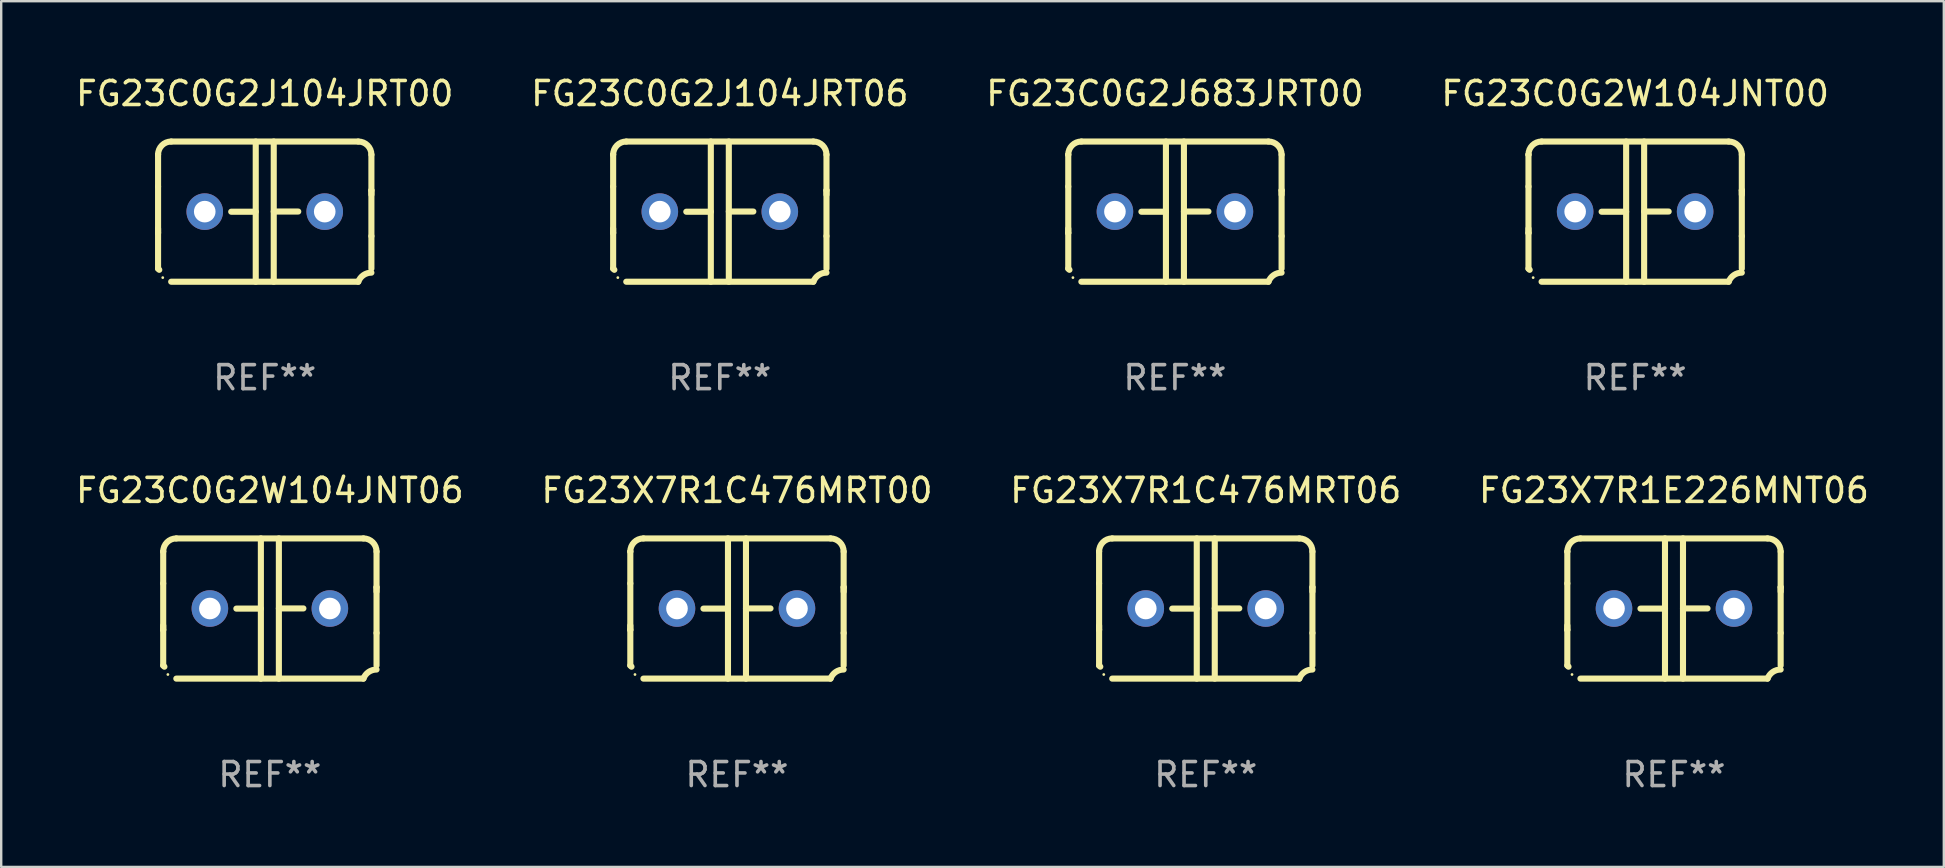
<source format=kicad_pcb>
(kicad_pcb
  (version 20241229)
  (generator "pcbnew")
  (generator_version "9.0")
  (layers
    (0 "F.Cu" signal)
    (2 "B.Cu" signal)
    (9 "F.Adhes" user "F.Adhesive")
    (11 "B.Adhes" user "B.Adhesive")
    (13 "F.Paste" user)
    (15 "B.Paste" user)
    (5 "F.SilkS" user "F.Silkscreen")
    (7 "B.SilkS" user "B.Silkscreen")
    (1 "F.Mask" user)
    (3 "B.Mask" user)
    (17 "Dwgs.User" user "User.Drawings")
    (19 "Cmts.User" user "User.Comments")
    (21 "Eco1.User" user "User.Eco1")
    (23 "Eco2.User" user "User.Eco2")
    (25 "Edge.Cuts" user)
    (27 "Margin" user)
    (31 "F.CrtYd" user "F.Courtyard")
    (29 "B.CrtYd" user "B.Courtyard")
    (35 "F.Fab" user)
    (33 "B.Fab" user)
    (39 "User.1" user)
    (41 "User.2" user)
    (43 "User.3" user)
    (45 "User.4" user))
  (footprint "FG23C0G2J683JRT00"
    (layer "F.Cu")
    (at 45.911 5.769)
    (property "Reference" "FG23C0G2J683JRT00" (at 0 -4.921 0) (layer "F.SilkS") (effects (font (size 1 1) (thickness 0.15))))
    (attr through_hole)
    (fp_line (start -4.445 2.375) (end -4.445 0.889) (stroke (width 0.254) (type solid)) (layer "F.SilkS"))
    (fp_line (start -4.445 -2.375) (end -4.445 -2.375) (stroke (width 0.254) (type solid)) (layer "F.SilkS"))
    (fp_line (start -4.445 -1.045) (end -4.445 -2.375) (stroke (width 0.254) (type solid)) (layer "F.SilkS"))
    (fp_line (start -4.445 -1.045) (end -4.445 0.889) (stroke (width 0.254) (type solid)) (layer "F.SilkS"))
    (fp_line (start -4.445 0.889) (end -4.445 0.708) (stroke (width 0.254) (type solid)) (layer "F.SilkS"))
    (fp_line (start -3.899 -2.921) (end 3.899 -2.921) (stroke (width 0.254) (type solid)) (layer "F.SilkS"))
    (fp_line (start -0.375 0.004) (end -1.397 0.004) (stroke (width 0.254) (type solid)) (layer "F.SilkS"))
    (fp_line (start -0.375 2.921) (end -0.375 -2.921) (stroke (width 0.254) (type solid)) (layer "F.SilkS"))
    (fp_line (start 0.375 -2.921) (end 0.375 2.921) (stroke (width 0.254) (type solid)) (layer "F.SilkS"))
    (fp_line (start 0.375 -0.004) (end 1.397 -0.004) (stroke (width 0.254) (type solid)) (layer "F.SilkS"))
    (fp_line (start 3.899 2.921) (end -3.899 2.921) (stroke (width 0.254) (type solid)) (layer "F.SilkS"))
    (fp_line (start 4.445 -0.889) (end 4.445 -0.708) (stroke (width 0.254) (type solid)) (layer "F.SilkS"))
    (fp_line (start 4.445 -0.889) (end 4.445 1.02) (stroke (width 0.254) (type solid)) (layer "F.SilkS"))
    (fp_line (start 4.445 1.02) (end 4.445 2.375) (stroke (width 0.254) (type solid)) (layer "F.SilkS"))
    (fp_line (start 4.445 -2.375) (end 4.445 -0.889) (stroke (width 0.254) (type solid)) (layer "F.SilkS"))
    (fp_arc (start -4.445034 -2.374778) (mid -4.285049 -2.761028) (end -3.898806 -2.921031) (stroke (width 0.254001) (type solid)) (layer "F.SilkS"))
    (fp_arc (start -4.445034 2.374803) (mid -4.4201 2.399713) (end -4.395166 2.424624) (stroke (width 0.254001) (type solid)) (layer "F.SilkS"))
    (fp_arc (start 3.898781 -2.921031) (mid 4.285035 -2.76105) (end 4.445034 -2.374803) (stroke (width 0.254001) (type solid)) (layer "F.SilkS"))
    (fp_arc (start 3.898806 2.921031) (mid 4.112864 2.64665) (end 4.445037 2.542888) (stroke (width 0.254001) (type solid)) (layer "F.SilkS"))
    (fp_circle (center -4.25 2.75) (end -4.22 2.75) (stroke (width 0.06) (type solid)) (fill no) (layer "F.SilkS"))
    (fp_text user "REF**" (at 0 6.921 0) (layer "F.Fab") (effects (font (size 1 1) (thickness 0.15))))
    (pad "1" thru_hole circle (at -2.5 0) (size 1.524 1.524) (drill 0.9) (layers "*.Cu" "*.Mask"))
    (pad "2" thru_hole circle (at 2.5 0) (size 1.524 1.524) (drill 0.9) (layers "*.Cu" "*.Mask")))
  (footprint "FG23X7R1E226MNT06"
    (layer "F.Cu")
    (at 66.708 22.308)
    (property "Reference" "FG23X7R1E226MNT06" (at 0 -4.921 0) (layer "F.SilkS") (effects (font (size 1 1) (thickness 0.15))))
    (attr through_hole)
    (fp_line (start -4.445 2.375) (end -4.445 0.889) (stroke (width 0.254) (type solid)) (layer "F.SilkS"))
    (fp_line (start -4.445 -2.375) (end -4.445 -2.375) (stroke (width 0.254) (type solid)) (layer "F.SilkS"))
    (fp_line (start -4.445 -1.045) (end -4.445 -2.375) (stroke (width 0.254) (type solid)) (layer "F.SilkS"))
    (fp_line (start -4.445 -1.045) (end -4.445 0.889) (stroke (width 0.254) (type solid)) (layer "F.SilkS"))
    (fp_line (start -4.445 0.889) (end -4.445 0.708) (stroke (width 0.254) (type solid)) (layer "F.SilkS"))
    (fp_line (start -3.899 -2.921) (end 3.899 -2.921) (stroke (width 0.254) (type solid)) (layer "F.SilkS"))
    (fp_line (start -0.375 0.004) (end -1.397 0.004) (stroke (width 0.254) (type solid)) (layer "F.SilkS"))
    (fp_line (start -0.375 2.921) (end -0.375 -2.921) (stroke (width 0.254) (type solid)) (layer "F.SilkS"))
    (fp_line (start 0.375 -2.921) (end 0.375 2.921) (stroke (width 0.254) (type solid)) (layer "F.SilkS"))
    (fp_line (start 0.375 -0.004) (end 1.397 -0.004) (stroke (width 0.254) (type solid)) (layer "F.SilkS"))
    (fp_line (start 3.899 2.921) (end -3.899 2.921) (stroke (width 0.254) (type solid)) (layer "F.SilkS"))
    (fp_line (start 4.445 -0.889) (end 4.445 -0.708) (stroke (width 0.254) (type solid)) (layer "F.SilkS"))
    (fp_line (start 4.445 -0.889) (end 4.445 1.02) (stroke (width 0.254) (type solid)) (layer "F.SilkS"))
    (fp_line (start 4.445 1.02) (end 4.445 2.375) (stroke (width 0.254) (type solid)) (layer "F.SilkS"))
    (fp_line (start 4.445 -2.375) (end 4.445 -0.889) (stroke (width 0.254) (type solid)) (layer "F.SilkS"))
    (fp_arc (start -4.445034 -2.374778) (mid -4.285049 -2.761028) (end -3.898806 -2.921031) (stroke (width 0.254001) (type solid)) (layer "F.SilkS"))
    (fp_arc (start -4.445034 2.374803) (mid -4.4201 2.399713) (end -4.395166 2.424624) (stroke (width 0.254001) (type solid)) (layer "F.SilkS"))
    (fp_arc (start 3.898781 -2.921031) (mid 4.285035 -2.76105) (end 4.445034 -2.374803) (stroke (width 0.254001) (type solid)) (layer "F.SilkS"))
    (fp_arc (start 3.898806 2.921031) (mid 4.112864 2.64665) (end 4.445037 2.542888) (stroke (width 0.254001) (type solid)) (layer "F.SilkS"))
    (fp_circle (center -4.25 2.75) (end -4.22 2.75) (stroke (width 0.06) (type solid)) (fill no) (layer "F.SilkS"))
    (fp_text user "REF**" (at 0 6.921 0) (layer "F.Fab") (effects (font (size 1 1) (thickness 0.15))))
    (pad "1" thru_hole circle (at -2.5 0) (size 1.524 1.524) (drill 0.9) (layers "*.Cu" "*.Mask"))
    (pad "2" thru_hole circle (at 2.5 0) (size 1.524 1.524) (drill 0.9) (layers "*.Cu" "*.Mask")))
  (footprint "FG23X7R1C476MRT00"
    (layer "F.Cu")
    (at 27.661 22.308)
    (property "Reference" "FG23X7R1C476MRT00" (at 0 -4.921 0) (layer "F.SilkS") (effects (font (size 1 1) (thickness 0.15))))
    (attr through_hole)
    (fp_line (start -4.445 2.375) (end -4.445 0.889) (stroke (width 0.254) (type solid)) (layer "F.SilkS"))
    (fp_line (start -4.445 -2.375) (end -4.445 -2.375) (stroke (width 0.254) (type solid)) (layer "F.SilkS"))
    (fp_line (start -4.445 -1.045) (end -4.445 -2.375) (stroke (width 0.254) (type solid)) (layer "F.SilkS"))
    (fp_line (start -4.445 -1.045) (end -4.445 0.889) (stroke (width 0.254) (type solid)) (layer "F.SilkS"))
    (fp_line (start -4.445 0.889) (end -4.445 0.708) (stroke (width 0.254) (type solid)) (layer "F.SilkS"))
    (fp_line (start -3.899 -2.921) (end 3.899 -2.921) (stroke (width 0.254) (type solid)) (layer "F.SilkS"))
    (fp_line (start -0.375 0.004) (end -1.397 0.004) (stroke (width 0.254) (type solid)) (layer "F.SilkS"))
    (fp_line (start -0.375 2.921) (end -0.375 -2.921) (stroke (width 0.254) (type solid)) (layer "F.SilkS"))
    (fp_line (start 0.375 -2.921) (end 0.375 2.921) (stroke (width 0.254) (type solid)) (layer "F.SilkS"))
    (fp_line (start 0.375 -0.004) (end 1.397 -0.004) (stroke (width 0.254) (type solid)) (layer "F.SilkS"))
    (fp_line (start 3.899 2.921) (end -3.899 2.921) (stroke (width 0.254) (type solid)) (layer "F.SilkS"))
    (fp_line (start 4.445 -0.889) (end 4.445 -0.708) (stroke (width 0.254) (type solid)) (layer "F.SilkS"))
    (fp_line (start 4.445 -0.889) (end 4.445 1.02) (stroke (width 0.254) (type solid)) (layer "F.SilkS"))
    (fp_line (start 4.445 1.02) (end 4.445 2.375) (stroke (width 0.254) (type solid)) (layer "F.SilkS"))
    (fp_line (start 4.445 -2.375) (end 4.445 -0.889) (stroke (width 0.254) (type solid)) (layer "F.SilkS"))
    (fp_arc (start -4.445034 -2.374778) (mid -4.285049 -2.761028) (end -3.898806 -2.921031) (stroke (width 0.254001) (type solid)) (layer "F.SilkS"))
    (fp_arc (start -4.445034 2.374803) (mid -4.4201 2.399713) (end -4.395166 2.424624) (stroke (width 0.254001) (type solid)) (layer "F.SilkS"))
    (fp_arc (start 3.898781 -2.921031) (mid 4.285035 -2.76105) (end 4.445034 -2.374803) (stroke (width 0.254001) (type solid)) (layer "F.SilkS"))
    (fp_arc (start 3.898806 2.921031) (mid 4.112864 2.64665) (end 4.445037 2.542888) (stroke (width 0.254001) (type solid)) (layer "F.SilkS"))
    (fp_circle (center -4.25 2.75) (end -4.22 2.75) (stroke (width 0.06) (type solid)) (fill no) (layer "F.SilkS"))
    (fp_text user "REF**" (at 0 6.921 0) (layer "F.Fab") (effects (font (size 1 1) (thickness 0.15))))
    (pad "1" thru_hole circle (at -2.5 0) (size 1.524 1.524) (drill 0.9) (layers "*.Cu" "*.Mask"))
    (pad "2" thru_hole circle (at 2.5 0) (size 1.524 1.524) (drill 0.9) (layers "*.Cu" "*.Mask")))
  (footprint "FG23C0G2W104JNT00"
    (layer "F.Cu")
    (at 65.089 5.769)
    (property "Reference" "FG23C0G2W104JNT00" (at 0 -4.921 0) (layer "F.SilkS") (effects (font (size 1 1) (thickness 0.15))))
    (attr through_hole)
    (fp_line (start -4.445 2.375) (end -4.445 0.889) (stroke (width 0.254) (type solid)) (layer "F.SilkS"))
    (fp_line (start -4.445 -2.375) (end -4.445 -2.375) (stroke (width 0.254) (type solid)) (layer "F.SilkS"))
    (fp_line (start -4.445 -1.045) (end -4.445 -2.375) (stroke (width 0.254) (type solid)) (layer "F.SilkS"))
    (fp_line (start -4.445 -1.045) (end -4.445 0.889) (stroke (width 0.254) (type solid)) (layer "F.SilkS"))
    (fp_line (start -4.445 0.889) (end -4.445 0.708) (stroke (width 0.254) (type solid)) (layer "F.SilkS"))
    (fp_line (start -3.899 -2.921) (end 3.899 -2.921) (stroke (width 0.254) (type solid)) (layer "F.SilkS"))
    (fp_line (start -0.375 0.004) (end -1.397 0.004) (stroke (width 0.254) (type solid)) (layer "F.SilkS"))
    (fp_line (start -0.375 2.921) (end -0.375 -2.921) (stroke (width 0.254) (type solid)) (layer "F.SilkS"))
    (fp_line (start 0.375 -2.921) (end 0.375 2.921) (stroke (width 0.254) (type solid)) (layer "F.SilkS"))
    (fp_line (start 0.375 -0.004) (end 1.397 -0.004) (stroke (width 0.254) (type solid)) (layer "F.SilkS"))
    (fp_line (start 3.899 2.921) (end -3.899 2.921) (stroke (width 0.254) (type solid)) (layer "F.SilkS"))
    (fp_line (start 4.445 -0.889) (end 4.445 -0.708) (stroke (width 0.254) (type solid)) (layer "F.SilkS"))
    (fp_line (start 4.445 -0.889) (end 4.445 1.02) (stroke (width 0.254) (type solid)) (layer "F.SilkS"))
    (fp_line (start 4.445 1.02) (end 4.445 2.375) (stroke (width 0.254) (type solid)) (layer "F.SilkS"))
    (fp_line (start 4.445 -2.375) (end 4.445 -0.889) (stroke (width 0.254) (type solid)) (layer "F.SilkS"))
    (fp_arc (start -4.445034 -2.374778) (mid -4.285049 -2.761028) (end -3.898806 -2.921031) (stroke (width 0.254001) (type solid)) (layer "F.SilkS"))
    (fp_arc (start -4.445034 2.374803) (mid -4.4201 2.399713) (end -4.395166 2.424624) (stroke (width 0.254001) (type solid)) (layer "F.SilkS"))
    (fp_arc (start 3.898781 -2.921031) (mid 4.285035 -2.76105) (end 4.445034 -2.374803) (stroke (width 0.254001) (type solid)) (layer "F.SilkS"))
    (fp_arc (start 3.898806 2.921031) (mid 4.112864 2.64665) (end 4.445037 2.542888) (stroke (width 0.254001) (type solid)) (layer "F.SilkS"))
    (fp_circle (center -4.25 2.75) (end -4.22 2.75) (stroke (width 0.06) (type solid)) (fill no) (layer "F.SilkS"))
    (fp_text user "REF**" (at 0 6.921 0) (layer "F.Fab") (effects (font (size 1 1) (thickness 0.15))))
    (pad "1" thru_hole circle (at -2.5 0) (size 1.524 1.524) (drill 0.9) (layers "*.Cu" "*.Mask"))
    (pad "2" thru_hole circle (at 2.5 0) (size 1.524 1.524) (drill 0.9) (layers "*.Cu" "*.Mask")))
  (footprint "FG23C0G2W104JNT06"
    (layer "F.Cu")
    (at 8.196 22.308)
    (property "Reference" "FG23C0G2W104JNT06" (at 0 -4.921 0) (layer "F.SilkS") (effects (font (size 1 1) (thickness 0.15))))
    (attr through_hole)
    (fp_line (start -4.445 2.375) (end -4.445 0.889) (stroke (width 0.254) (type solid)) (layer "F.SilkS"))
    (fp_line (start -4.445 -2.375) (end -4.445 -2.375) (stroke (width 0.254) (type solid)) (layer "F.SilkS"))
    (fp_line (start -4.445 -1.045) (end -4.445 -2.375) (stroke (width 0.254) (type solid)) (layer "F.SilkS"))
    (fp_line (start -4.445 -1.045) (end -4.445 0.889) (stroke (width 0.254) (type solid)) (layer "F.SilkS"))
    (fp_line (start -4.445 0.889) (end -4.445 0.708) (stroke (width 0.254) (type solid)) (layer "F.SilkS"))
    (fp_line (start -3.899 -2.921) (end 3.899 -2.921) (stroke (width 0.254) (type solid)) (layer "F.SilkS"))
    (fp_line (start -0.375 0.004) (end -1.397 0.004) (stroke (width 0.254) (type solid)) (layer "F.SilkS"))
    (fp_line (start -0.375 2.921) (end -0.375 -2.921) (stroke (width 0.254) (type solid)) (layer "F.SilkS"))
    (fp_line (start 0.375 -2.921) (end 0.375 2.921) (stroke (width 0.254) (type solid)) (layer "F.SilkS"))
    (fp_line (start 0.375 -0.004) (end 1.397 -0.004) (stroke (width 0.254) (type solid)) (layer "F.SilkS"))
    (fp_line (start 3.899 2.921) (end -3.899 2.921) (stroke (width 0.254) (type solid)) (layer "F.SilkS"))
    (fp_line (start 4.445 -0.889) (end 4.445 -0.708) (stroke (width 0.254) (type solid)) (layer "F.SilkS"))
    (fp_line (start 4.445 -0.889) (end 4.445 1.02) (stroke (width 0.254) (type solid)) (layer "F.SilkS"))
    (fp_line (start 4.445 1.02) (end 4.445 2.375) (stroke (width 0.254) (type solid)) (layer "F.SilkS"))
    (fp_line (start 4.445 -2.375) (end 4.445 -0.889) (stroke (width 0.254) (type solid)) (layer "F.SilkS"))
    (fp_arc (start -4.445034 -2.374778) (mid -4.285049 -2.761028) (end -3.898806 -2.921031) (stroke (width 0.254001) (type solid)) (layer "F.SilkS"))
    (fp_arc (start -4.445034 2.374803) (mid -4.4201 2.399713) (end -4.395166 2.424624) (stroke (width 0.254001) (type solid)) (layer "F.SilkS"))
    (fp_arc (start 3.898781 -2.921031) (mid 4.285035 -2.76105) (end 4.445034 -2.374803) (stroke (width 0.254001) (type solid)) (layer "F.SilkS"))
    (fp_arc (start 3.898806 2.921031) (mid 4.112864 2.64665) (end 4.445037 2.542888) (stroke (width 0.254001) (type solid)) (layer "F.SilkS"))
    (fp_circle (center -4.25 2.75) (end -4.22 2.75) (stroke (width 0.06) (type solid)) (fill no) (layer "F.SilkS"))
    (fp_text user "REF**" (at 0 6.921 0) (layer "F.Fab") (effects (font (size 1 1) (thickness 0.15))))
    (pad "1" thru_hole circle (at -2.5 0) (size 1.524 1.524) (drill 0.9) (layers "*.Cu" "*.Mask"))
    (pad "2" thru_hole circle (at 2.5 0) (size 1.524 1.524) (drill 0.9) (layers "*.Cu" "*.Mask")))
  (footprint "FG23X7R1C476MRT06"
    (layer "F.Cu")
    (at 47.196 22.308)
    (property "Reference" "FG23X7R1C476MRT06" (at 0 -4.921 0) (layer "F.SilkS") (effects (font (size 1 1) (thickness 0.15))))
    (attr through_hole)
    (fp_line (start -4.445 2.375) (end -4.445 0.889) (stroke (width 0.254) (type solid)) (layer "F.SilkS"))
    (fp_line (start -4.445 -2.375) (end -4.445 -2.375) (stroke (width 0.254) (type solid)) (layer "F.SilkS"))
    (fp_line (start -4.445 -1.045) (end -4.445 -2.375) (stroke (width 0.254) (type solid)) (layer "F.SilkS"))
    (fp_line (start -4.445 -1.045) (end -4.445 0.889) (stroke (width 0.254) (type solid)) (layer "F.SilkS"))
    (fp_line (start -4.445 0.889) (end -4.445 0.708) (stroke (width 0.254) (type solid)) (layer "F.SilkS"))
    (fp_line (start -3.899 -2.921) (end 3.899 -2.921) (stroke (width 0.254) (type solid)) (layer "F.SilkS"))
    (fp_line (start -0.375 0.004) (end -1.397 0.004) (stroke (width 0.254) (type solid)) (layer "F.SilkS"))
    (fp_line (start -0.375 2.921) (end -0.375 -2.921) (stroke (width 0.254) (type solid)) (layer "F.SilkS"))
    (fp_line (start 0.375 -2.921) (end 0.375 2.921) (stroke (width 0.254) (type solid)) (layer "F.SilkS"))
    (fp_line (start 0.375 -0.004) (end 1.397 -0.004) (stroke (width 0.254) (type solid)) (layer "F.SilkS"))
    (fp_line (start 3.899 2.921) (end -3.899 2.921) (stroke (width 0.254) (type solid)) (layer "F.SilkS"))
    (fp_line (start 4.445 -0.889) (end 4.445 -0.708) (stroke (width 0.254) (type solid)) (layer "F.SilkS"))
    (fp_line (start 4.445 -0.889) (end 4.445 1.02) (stroke (width 0.254) (type solid)) (layer "F.SilkS"))
    (fp_line (start 4.445 1.02) (end 4.445 2.375) (stroke (width 0.254) (type solid)) (layer "F.SilkS"))
    (fp_line (start 4.445 -2.375) (end 4.445 -0.889) (stroke (width 0.254) (type solid)) (layer "F.SilkS"))
    (fp_arc (start -4.445034 -2.374778) (mid -4.285049 -2.761028) (end -3.898806 -2.921031) (stroke (width 0.254001) (type solid)) (layer "F.SilkS"))
    (fp_arc (start -4.445034 2.374803) (mid -4.4201 2.399713) (end -4.395166 2.424624) (stroke (width 0.254001) (type solid)) (layer "F.SilkS"))
    (fp_arc (start 3.898781 -2.921031) (mid 4.285035 -2.76105) (end 4.445034 -2.374803) (stroke (width 0.254001) (type solid)) (layer "F.SilkS"))
    (fp_arc (start 3.898806 2.921031) (mid 4.112864 2.64665) (end 4.445037 2.542888) (stroke (width 0.254001) (type solid)) (layer "F.SilkS"))
    (fp_circle (center -4.25 2.75) (end -4.22 2.75) (stroke (width 0.06) (type solid)) (fill no) (layer "F.SilkS"))
    (fp_text user "REF**" (at 0 6.921 0) (layer "F.Fab") (effects (font (size 1 1) (thickness 0.15))))
    (pad "1" thru_hole circle (at -2.5 0) (size 1.524 1.524) (drill 0.9) (layers "*.Cu" "*.Mask"))
    (pad "2" thru_hole circle (at 2.5 0) (size 1.524 1.524) (drill 0.9) (layers "*.Cu" "*.Mask")))
  (footprint "FG23C0G2J104JRT00"
    (layer "F.Cu")
    (at 7.982 5.769)
    (property "Reference" "FG23C0G2J104JRT00" (at 0 -4.921 0) (layer "F.SilkS") (effects (font (size 1 1) (thickness 0.15))))
    (attr through_hole)
    (fp_line (start -4.445 2.375) (end -4.445 0.889) (stroke (width 0.254) (type solid)) (layer "F.SilkS"))
    (fp_line (start -4.445 -2.375) (end -4.445 -2.375) (stroke (width 0.254) (type solid)) (layer "F.SilkS"))
    (fp_line (start -4.445 -1.045) (end -4.445 -2.375) (stroke (width 0.254) (type solid)) (layer "F.SilkS"))
    (fp_line (start -4.445 -1.045) (end -4.445 0.889) (stroke (width 0.254) (type solid)) (layer "F.SilkS"))
    (fp_line (start -4.445 0.889) (end -4.445 0.708) (stroke (width 0.254) (type solid)) (layer "F.SilkS"))
    (fp_line (start -3.899 -2.921) (end 3.899 -2.921) (stroke (width 0.254) (type solid)) (layer "F.SilkS"))
    (fp_line (start -0.375 0.004) (end -1.397 0.004) (stroke (width 0.254) (type solid)) (layer "F.SilkS"))
    (fp_line (start -0.375 2.921) (end -0.375 -2.921) (stroke (width 0.254) (type solid)) (layer "F.SilkS"))
    (fp_line (start 0.375 -2.921) (end 0.375 2.921) (stroke (width 0.254) (type solid)) (layer "F.SilkS"))
    (fp_line (start 0.375 -0.004) (end 1.397 -0.004) (stroke (width 0.254) (type solid)) (layer "F.SilkS"))
    (fp_line (start 3.899 2.921) (end -3.899 2.921) (stroke (width 0.254) (type solid)) (layer "F.SilkS"))
    (fp_line (start 4.445 -0.889) (end 4.445 -0.708) (stroke (width 0.254) (type solid)) (layer "F.SilkS"))
    (fp_line (start 4.445 -0.889) (end 4.445 1.02) (stroke (width 0.254) (type solid)) (layer "F.SilkS"))
    (fp_line (start 4.445 1.02) (end 4.445 2.375) (stroke (width 0.254) (type solid)) (layer "F.SilkS"))
    (fp_line (start 4.445 -2.375) (end 4.445 -0.889) (stroke (width 0.254) (type solid)) (layer "F.SilkS"))
    (fp_arc (start -4.445034 -2.374778) (mid -4.285049 -2.761028) (end -3.898806 -2.921031) (stroke (width 0.254001) (type solid)) (layer "F.SilkS"))
    (fp_arc (start -4.445034 2.374803) (mid -4.4201 2.399713) (end -4.395166 2.424624) (stroke (width 0.254001) (type solid)) (layer "F.SilkS"))
    (fp_arc (start 3.898781 -2.921031) (mid 4.285035 -2.76105) (end 4.445034 -2.374803) (stroke (width 0.254001) (type solid)) (layer "F.SilkS"))
    (fp_arc (start 3.898806 2.921031) (mid 4.112864 2.64665) (end 4.445037 2.542888) (stroke (width 0.254001) (type solid)) (layer "F.SilkS"))
    (fp_circle (center -4.25 2.75) (end -4.22 2.75) (stroke (width 0.06) (type solid)) (fill no) (layer "F.SilkS"))
    (fp_text user "REF**" (at 0 6.921 0) (layer "F.Fab") (effects (font (size 1 1) (thickness 0.15))))
    (pad "1" thru_hole circle (at -2.5 0) (size 1.524 1.524) (drill 0.9) (layers "*.Cu" "*.Mask"))
    (pad "2" thru_hole circle (at 2.5 0) (size 1.524 1.524) (drill 0.9) (layers "*.Cu" "*.Mask")))
  (footprint "FG23C0G2J104JRT06"
    (layer "F.Cu")
    (at 26.946 5.769)
    (property "Reference" "FG23C0G2J104JRT06" (at 0 -4.921 0) (layer "F.SilkS") (effects (font (size 1 1) (thickness 0.15))))
    (attr through_hole)
    (fp_line (start -4.445 2.375) (end -4.445 0.889) (stroke (width 0.254) (type solid)) (layer "F.SilkS"))
    (fp_line (start -4.445 -2.375) (end -4.445 -2.375) (stroke (width 0.254) (type solid)) (layer "F.SilkS"))
    (fp_line (start -4.445 -1.045) (end -4.445 -2.375) (stroke (width 0.254) (type solid)) (layer "F.SilkS"))
    (fp_line (start -4.445 -1.045) (end -4.445 0.889) (stroke (width 0.254) (type solid)) (layer "F.SilkS"))
    (fp_line (start -4.445 0.889) (end -4.445 0.708) (stroke (width 0.254) (type solid)) (layer "F.SilkS"))
    (fp_line (start -3.899 -2.921) (end 3.899 -2.921) (stroke (width 0.254) (type solid)) (layer "F.SilkS"))
    (fp_line (start -0.375 0.004) (end -1.397 0.004) (stroke (width 0.254) (type solid)) (layer "F.SilkS"))
    (fp_line (start -0.375 2.921) (end -0.375 -2.921) (stroke (width 0.254) (type solid)) (layer "F.SilkS"))
    (fp_line (start 0.375 -2.921) (end 0.375 2.921) (stroke (width 0.254) (type solid)) (layer "F.SilkS"))
    (fp_line (start 0.375 -0.004) (end 1.397 -0.004) (stroke (width 0.254) (type solid)) (layer "F.SilkS"))
    (fp_line (start 3.899 2.921) (end -3.899 2.921) (stroke (width 0.254) (type solid)) (layer "F.SilkS"))
    (fp_line (start 4.445 -0.889) (end 4.445 -0.708) (stroke (width 0.254) (type solid)) (layer "F.SilkS"))
    (fp_line (start 4.445 -0.889) (end 4.445 1.02) (stroke (width 0.254) (type solid)) (layer "F.SilkS"))
    (fp_line (start 4.445 1.02) (end 4.445 2.375) (stroke (width 0.254) (type solid)) (layer "F.SilkS"))
    (fp_line (start 4.445 -2.375) (end 4.445 -0.889) (stroke (width 0.254) (type solid)) (layer "F.SilkS"))
    (fp_arc (start -4.445034 -2.374778) (mid -4.285049 -2.761028) (end -3.898806 -2.921031) (stroke (width 0.254001) (type solid)) (layer "F.SilkS"))
    (fp_arc (start -4.445034 2.374803) (mid -4.4201 2.399713) (end -4.395166 2.424624) (stroke (width 0.254001) (type solid)) (layer "F.SilkS"))
    (fp_arc (start 3.898781 -2.921031) (mid 4.285035 -2.76105) (end 4.445034 -2.374803) (stroke (width 0.254001) (type solid)) (layer "F.SilkS"))
    (fp_arc (start 3.898806 2.921031) (mid 4.112864 2.64665) (end 4.445037 2.542888) (stroke (width 0.254001) (type solid)) (layer "F.SilkS"))
    (fp_circle (center -4.25 2.75) (end -4.22 2.75) (stroke (width 0.06) (type solid)) (fill no) (layer "F.SilkS"))
    (fp_text user "REF**" (at 0 6.921 0) (layer "F.Fab") (effects (font (size 1 1) (thickness 0.15))))
    (pad "1" thru_hole circle (at -2.5 0) (size 1.524 1.524) (drill 0.9) (layers "*.Cu" "*.Mask"))
    (pad "2" thru_hole circle (at 2.5 0) (size 1.524 1.524) (drill 0.9) (layers "*.Cu" "*.Mask")))
  (gr_rect
    (start -3 -3)
    (end 77.952 33.077)
    (stroke (width 0.1) (type default))
    (fill no)
    (layer "Edge.Cuts")))
</source>
